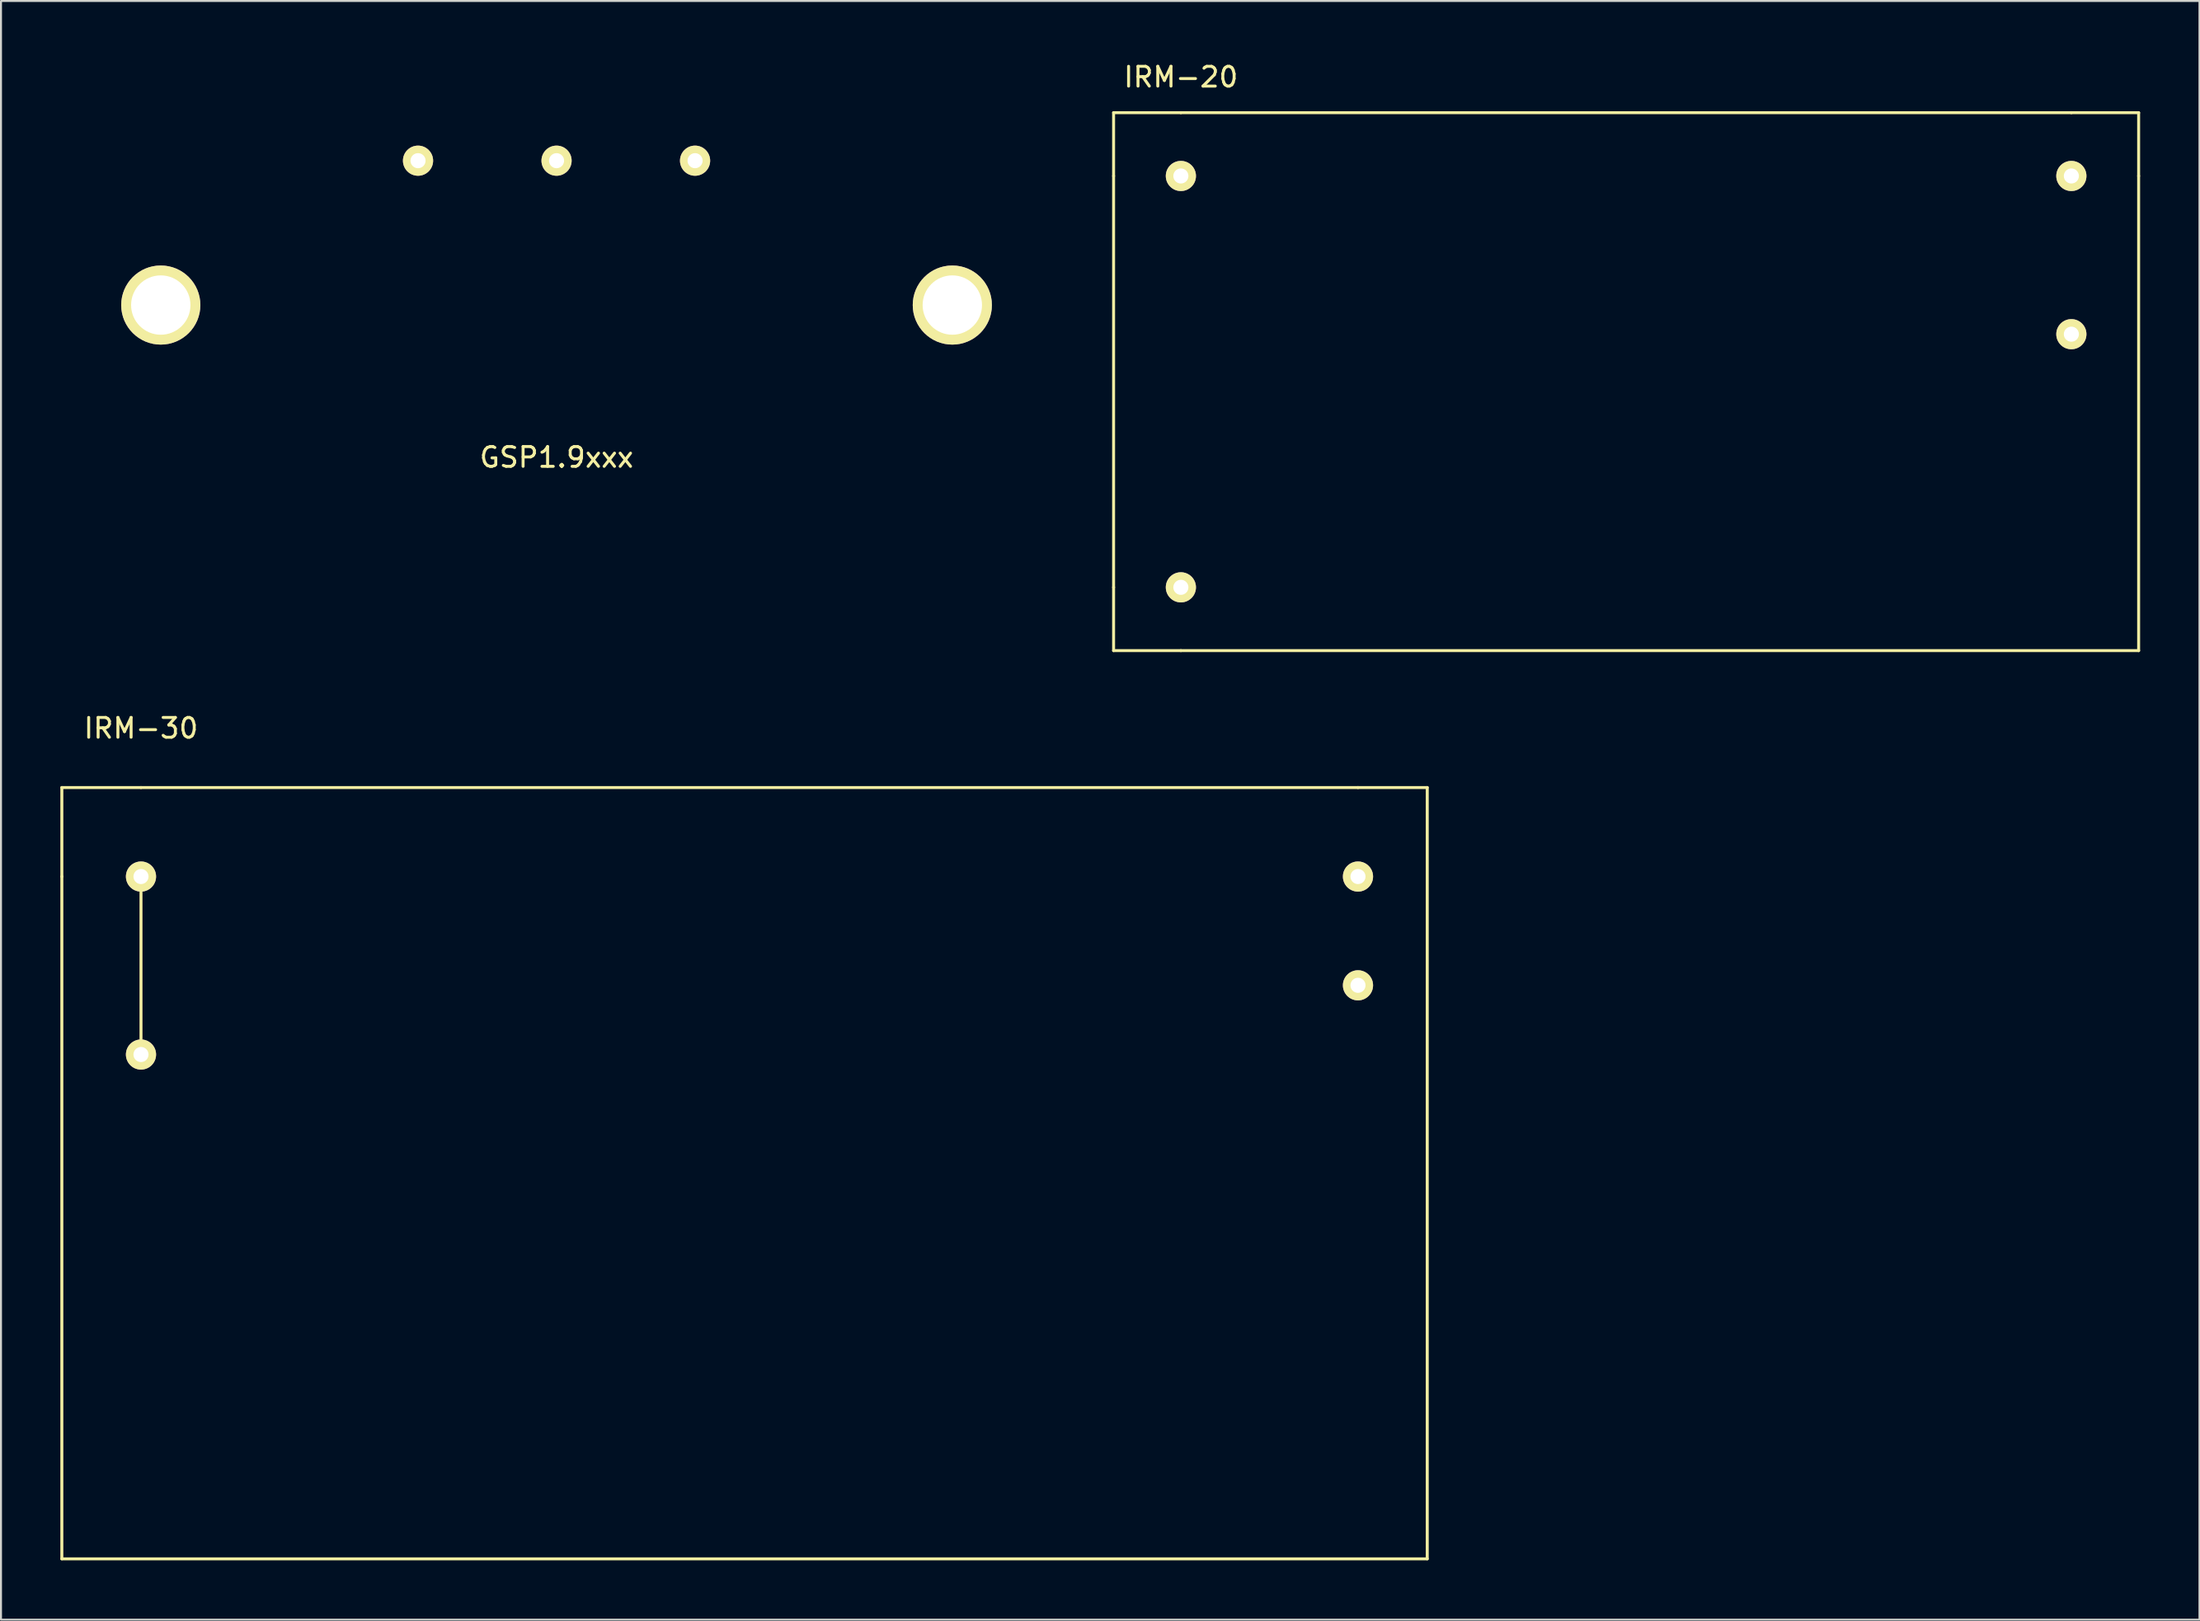
<source format=kicad_pcb>
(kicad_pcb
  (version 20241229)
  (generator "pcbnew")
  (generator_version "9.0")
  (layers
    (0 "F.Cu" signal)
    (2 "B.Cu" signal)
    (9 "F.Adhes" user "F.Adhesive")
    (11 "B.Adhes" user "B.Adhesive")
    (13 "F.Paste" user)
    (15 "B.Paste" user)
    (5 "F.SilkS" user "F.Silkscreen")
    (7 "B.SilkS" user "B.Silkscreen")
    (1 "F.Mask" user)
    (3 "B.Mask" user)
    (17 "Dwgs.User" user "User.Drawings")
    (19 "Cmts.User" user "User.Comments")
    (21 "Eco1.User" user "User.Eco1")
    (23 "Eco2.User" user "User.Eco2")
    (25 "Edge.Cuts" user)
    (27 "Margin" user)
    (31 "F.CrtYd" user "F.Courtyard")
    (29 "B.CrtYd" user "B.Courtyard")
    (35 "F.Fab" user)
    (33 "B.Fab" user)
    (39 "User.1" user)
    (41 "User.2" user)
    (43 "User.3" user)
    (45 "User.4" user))
  (footprint "GSP1.9xxx"
    (layer "F.Cu")
    (at 25.075 5.075)
    (property "Reference" "GSP1.9xxx" (at 0 15 0) (layer "F.SilkS") (effects (font (size 1 1) (thickness 0.15))))
    (attr through_hole)
    (fp_line (start -25 -5) (end -25 20) (stroke (width 0.15) (type solid)) (layer "B.Paste"))
    (fp_line (start -25 20) (end 25 20) (stroke (width 0.15) (type solid)) (layer "B.Paste"))
    (fp_line (start 25 -5) (end -25 -5) (stroke (width 0.15) (type solid)) (layer "B.Paste"))
    (fp_line (start 25 20) (end 25 -5) (stroke (width 0.15) (type solid)) (layer "B.Paste"))
    (pad "1" thru_hole circle (at 0 0) (size 1.524 1.524) (drill 0.762) (layers "*.Cu" "*.Mask" "F.SilkS"))
    (pad "2" thru_hole circle (at 7 0) (size 1.524 1.524) (drill 0.762) (layers "*.Cu" "*.Mask" "F.SilkS"))
    (pad "3" thru_hole circle (at -7 0) (size 1.524 1.524) (drill 0.762) (layers "*.Cu" "*.Mask" "F.SilkS"))
    (pad "4" thru_hole circle (at -20 7.3) (size 4 4) (drill 3) (layers "*.Cu" "*.Mask" "F.SilkS"))
    (pad "5" thru_hole circle (at 20 7.3) (size 4 4) (drill 3) (layers "*.Cu" "*.Mask" "F.SilkS")))
  (footprint "IRM-20"
    (layer "F.Cu")
    (at 56.625 5.848)
    (property "Reference" "IRM-20" (at 0 -5 0) (layer "F.SilkS") (effects (font (size 1 1) (thickness 0.15))))
    (attr through_hole)
    (fp_line (start -3.4 -3.2) (end -3.4 0) (stroke (width 0.15) (type solid)) (layer "F.SilkS"))
    (fp_line (start -3.4 0) (end -3.4 20.8) (stroke (width 0.15) (type solid)) (layer "F.SilkS"))
    (fp_line (start -3.4 20.8) (end -3.4 24) (stroke (width 0.15) (type solid)) (layer "F.SilkS"))
    (fp_line (start -3.4 24) (end 0 24) (stroke (width 0.15) (type solid)) (layer "F.SilkS"))
    (fp_line (start 0 -3.2) (end -3.4 -3.2) (stroke (width 0.15) (type solid)) (layer "F.SilkS"))
    (fp_line (start 0 -3.2) (end 45 -3.2) (stroke (width 0.15) (type solid)) (layer "F.SilkS"))
    (fp_line (start 0 24) (end 48.4 24) (stroke (width 0.15) (type solid)) (layer "F.SilkS"))
    (fp_line (start 48.4 -3.2) (end 45 -3.2) (stroke (width 0.15) (type solid)) (layer "F.SilkS"))
    (fp_line (start 48.4 0) (end 48.4 -3.2) (stroke (width 0.15) (type solid)) (layer "F.SilkS"))
    (fp_line (start 48.4 24) (end 48.4 0) (stroke (width 0.15) (type solid)) (layer "F.SilkS"))
    (pad "1" thru_hole circle (at 0 0) (size 1.524 1.524) (drill 0.762) (layers "*.Cu" "*.Mask" "F.SilkS"))
    (pad "2" thru_hole circle (at 0 20.8) (size 1.524 1.524) (drill 0.762) (layers "*.Cu" "*.Mask" "F.SilkS"))
    (pad "3" thru_hole circle (at 45 0) (size 1.524 1.524) (drill 0.762) (layers "*.Cu" "*.Mask" "F.SilkS"))
    (pad "4" thru_hole circle (at 45 8) (size 1.524 1.524) (drill 0.762) (layers "*.Cu" "*.Mask" "F.SilkS")))
  (footprint "IRM-30"
    (layer "F.Cu")
    (at 4.075 41.272)
    (property "Reference" "IRM-30" (at 0 -7.5 0) (layer "F.SilkS") (effects (font (size 1 1) (thickness 0.15))))
    (attr through_hole)
    (fp_line (start -4 -4.5) (end -4 0) (stroke (width 0.15) (type solid)) (layer "F.SilkS"))
    (fp_line (start -4 -4.5) (end 0 -4.5) (stroke (width 0.15) (type solid)) (layer "F.SilkS"))
    (fp_line (start -4 0) (end -4 34.5) (stroke (width 0.15) (type solid)) (layer "F.SilkS"))
    (fp_line (start -4 34.5) (end 65 34.5) (stroke (width 0.15) (type solid)) (layer "F.SilkS"))
    (fp_line (start 0 -4.5) (end 61.5 -4.5) (stroke (width 0.15) (type solid)) (layer "F.SilkS"))
    (fp_line (start 0 0) (end 0 9) (stroke (width 0.15) (type solid)) (layer "F.SilkS"))
    (fp_line (start 65 -4.5) (end 61.5 -4.5) (stroke (width 0.15) (type solid)) (layer "F.SilkS"))
    (fp_line (start 65 34.5) (end 65 -4.5) (stroke (width 0.15) (type solid)) (layer "F.SilkS"))
    (pad "1" thru_hole circle (at 0 0) (size 1.524 1.524) (drill 0.762) (layers "*.Cu" "*.Mask" "F.SilkS"))
    (pad "2" thru_hole circle (at 0 9) (size 1.524 1.524) (drill 0.762) (layers "*.Cu" "*.Mask" "F.SilkS"))
    (pad "3" thru_hole circle (at 61.5 0) (size 1.524 1.524) (drill 0.762) (layers "*.Cu" "*.Mask" "F.SilkS"))
    (pad "4" thru_hole circle (at 61.5 5.5) (size 1.524 1.524) (drill 0.762) (layers "*.Cu" "*.Mask" "F.SilkS")))
  (gr_rect
    (start -3 -3)
    (end 108.1 78.847)
    (stroke (width 0.1) (type default))
    (fill no)
    (layer "Edge.Cuts")))
</source>
